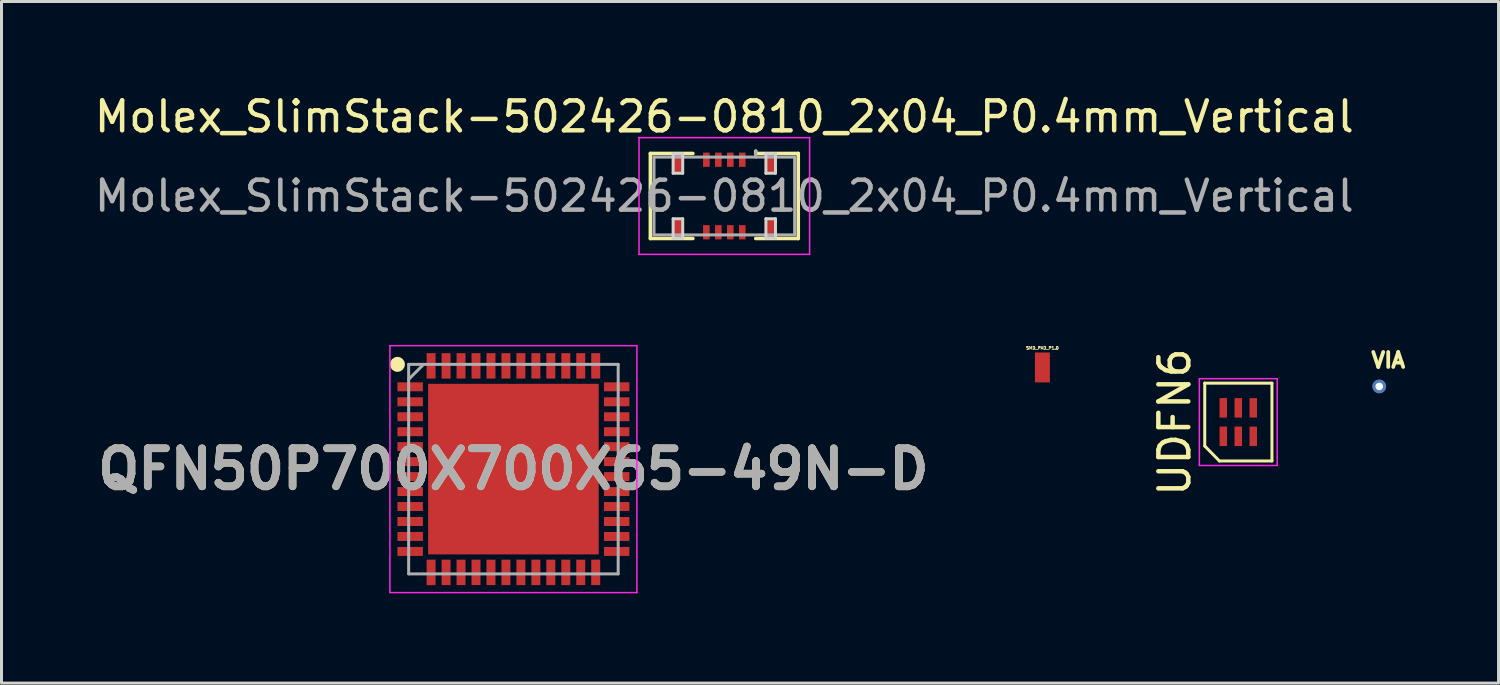
<source format=kicad_pcb>
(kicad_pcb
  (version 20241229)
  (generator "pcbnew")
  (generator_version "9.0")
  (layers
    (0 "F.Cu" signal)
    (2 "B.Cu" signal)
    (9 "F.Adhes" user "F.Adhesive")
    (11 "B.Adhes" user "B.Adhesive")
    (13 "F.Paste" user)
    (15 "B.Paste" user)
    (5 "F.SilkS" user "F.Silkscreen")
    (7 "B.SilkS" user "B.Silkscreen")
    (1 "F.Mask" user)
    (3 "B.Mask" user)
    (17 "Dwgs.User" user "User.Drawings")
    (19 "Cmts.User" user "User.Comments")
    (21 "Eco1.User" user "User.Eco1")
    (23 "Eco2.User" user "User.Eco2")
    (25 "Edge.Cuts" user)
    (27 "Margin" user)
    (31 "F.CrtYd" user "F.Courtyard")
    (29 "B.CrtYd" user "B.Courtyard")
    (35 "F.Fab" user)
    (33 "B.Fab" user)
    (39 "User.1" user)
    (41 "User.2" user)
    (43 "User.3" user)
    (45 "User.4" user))
  (footprint "VIA"
    (layer "F.Cu")
    (at 43.03 9.86)
    (property "Reference" "VIA" (at 0.3 -0.875 0) (layer "F.SilkS") (effects (font (size 0.5 0.5) (thickness 0.125))))
    (attr through_hole)
    (pad "1" thru_hole circle (at 0 0) (size 0.457 0.457) (drill 0.254) (layers "*.Cu")))
  (footprint "SMD_PAD_P1.0"
    (layer "F.Cu")
    (at 31.776 9.226)
    (property "Reference" "SMD_PAD_P1.0" (at 0 -0.65 0) (layer "F.SilkS") (effects (font (size 0.1 0.1) (thickness 0.025))))
    (attr through_hole)
    (pad "1" smd rect (at 0 0) (size 0.5 1) (layers "F.Cu" "F.Mask" "F.Paste")))
  (footprint "UDFN6"
    (layer "F.Cu")
    (at 38.32 11.051)
    (property "Reference" "UDFN6" (at -2.125 0 90) (layer "F.SilkS") (effects (font (size 1 1) (thickness 0.15))))
    (attr smd)
    (fp_line (start -1.12 -1.3) (end 1.125 -1.3) (stroke (width 0.1) (type solid)) (layer "F.SilkS"))
    (fp_line (start -1.12 0.8) (end -1.12 -1.3) (stroke (width 0.1) (type solid)) (layer "F.SilkS"))
    (fp_line (start -0.63 1.3) (end -1.12 0.8) (stroke (width 0.1) (type solid)) (layer "F.SilkS"))
    (fp_line (start 1.125 -1.3) (end 1.125 1.3) (stroke (width 0.1) (type solid)) (layer "F.SilkS"))
    (fp_line (start 1.125 1.3) (end -0.63 1.3) (stroke (width 0.1) (type solid)) (layer "F.SilkS"))
    (fp_line (start -1.3 -1.45) (end 1.3 -1.45) (stroke (width 0.05) (type solid)) (layer "F.CrtYd"))
    (fp_line (start -1.3 1.45) (end -1.3 -1.45) (stroke (width 0.05) (type solid)) (layer "F.CrtYd"))
    (fp_line (start 1.3 -1.45) (end 1.3 1.45) (stroke (width 0.05) (type solid)) (layer "F.CrtYd"))
    (fp_line (start 1.3 1.45) (end -1.3 1.45) (stroke (width 0.05) (type solid)) (layer "F.CrtYd"))
    (pad "1" smd rect (at -0.5 0.475) (size 0.25 0.65) (layers "F.Cu" "F.Mask" "F.Paste"))
    (pad "2" smd rect (at 0 0.475) (size 0.25 0.65) (layers "F.Cu" "F.Mask" "F.Paste"))
    (pad "3" smd rect (at 0.5 0.475) (size 0.25 0.65) (layers "F.Cu" "F.Mask" "F.Paste"))
    (pad "4" smd rect (at 0.5 -0.475) (size 0.25 0.65) (layers "F.Cu" "F.Mask" "F.Paste"))
    (pad "5" smd rect (at 0 -0.475) (size 0.25 0.65) (layers "F.Cu" "F.Mask" "F.Paste"))
    (pad "6" smd rect (at -0.5 -0.475) (size 0.25 0.65) (layers "F.Cu" "F.Mask" "F.Paste")))
  (footprint "QFN50P700X700X65-49N-D"
    (layer "F.Cu")
    (at 14.103 12.623)
    (property "Reference" "QFN50P700X700X65-49N-D" (at 0 0 0) (layer "F.SilkS") (effects (font (size 1.27 1.27) (thickness 0.254))))
    (attr smd)
    (fp_circle (center -3.875 -3.5) (end -3.875 -3.375) (stroke (width 0.25) (type solid)) (fill no) (layer "F.SilkS"))
    (fp_line (start -4.125 -4.125) (end 4.125 -4.125) (stroke (width 0.05) (type solid)) (layer "F.CrtYd"))
    (fp_line (start -4.125 4.125) (end -4.125 -4.125) (stroke (width 0.05) (type solid)) (layer "F.CrtYd"))
    (fp_line (start 4.125 -4.125) (end 4.125 4.125) (stroke (width 0.05) (type solid)) (layer "F.CrtYd"))
    (fp_line (start 4.125 4.125) (end -4.125 4.125) (stroke (width 0.05) (type solid)) (layer "F.CrtYd"))
    (fp_line (start -3.5 -3.5) (end 3.5 -3.5) (stroke (width 0.1) (type solid)) (layer "F.Fab"))
    (fp_line (start -3.5 -3) (end -3 -3.5) (stroke (width 0.1) (type solid)) (layer "F.Fab"))
    (fp_line (start -3.5 3.5) (end -3.5 -3.5) (stroke (width 0.1) (type solid)) (layer "F.Fab"))
    (fp_line (start 3.5 -3.5) (end 3.5 3.5) (stroke (width 0.1) (type solid)) (layer "F.Fab"))
    (fp_line (start 3.5 3.5) (end -3.5 3.5) (stroke (width 0.1) (type solid)) (layer "F.Fab"))
    (fp_text user "${REFERENCE}" (at 0 0 0) (layer "F.Fab") (effects (font (size 1.27 1.27) (thickness 0.254))))
    (pad "1" smd rect (at -3.45 -2.75 90) (size 0.3 0.85) (layers "F.Cu" "F.Mask" "F.Paste"))
    (pad "2" smd rect (at -3.45 -2.25 90) (size 0.3 0.85) (layers "F.Cu" "F.Mask" "F.Paste"))
    (pad "3" smd rect (at -3.45 -1.75 90) (size 0.3 0.85) (layers "F.Cu" "F.Mask" "F.Paste"))
    (pad "4" smd rect (at -3.45 -1.25 90) (size 0.3 0.85) (layers "F.Cu" "F.Mask" "F.Paste"))
    (pad "5" smd rect (at -3.45 -0.75 90) (size 0.3 0.85) (layers "F.Cu" "F.Mask" "F.Paste"))
    (pad "6" smd rect (at -3.45 -0.25 90) (size 0.3 0.85) (layers "F.Cu" "F.Mask" "F.Paste"))
    (pad "7" smd rect (at -3.45 0.25 90) (size 0.3 0.85) (layers "F.Cu" "F.Mask" "F.Paste"))
    (pad "8" smd rect (at -3.45 0.75 90) (size 0.3 0.85) (layers "F.Cu" "F.Mask" "F.Paste"))
    (pad "9" smd rect (at -3.45 1.25 90) (size 0.3 0.85) (layers "F.Cu" "F.Mask" "F.Paste"))
    (pad "10" smd rect (at -3.45 1.75 90) (size 0.3 0.85) (layers "F.Cu" "F.Mask" "F.Paste"))
    (pad "11" smd rect (at -3.45 2.25 90) (size 0.3 0.85) (layers "F.Cu" "F.Mask" "F.Paste"))
    (pad "12" smd rect (at -3.45 2.75 90) (size 0.3 0.85) (layers "F.Cu" "F.Mask" "F.Paste"))
    (pad "13" smd rect (at -2.75 3.45) (size 0.3 0.85) (layers "F.Cu" "F.Mask" "F.Paste"))
    (pad "14" smd rect (at -2.25 3.45) (size 0.3 0.85) (layers "F.Cu" "F.Mask" "F.Paste"))
    (pad "15" smd rect (at -1.75 3.45) (size 0.3 0.85) (layers "F.Cu" "F.Mask" "F.Paste"))
    (pad "16" smd rect (at -1.25 3.45) (size 0.3 0.85) (layers "F.Cu" "F.Mask" "F.Paste"))
    (pad "17" smd rect (at -0.75 3.45) (size 0.3 0.85) (layers "F.Cu" "F.Mask" "F.Paste"))
    (pad "18" smd rect (at -0.25 3.45) (size 0.3 0.85) (layers "F.Cu" "F.Mask" "F.Paste"))
    (pad "19" smd rect (at 0.25 3.45) (size 0.3 0.85) (layers "F.Cu" "F.Mask" "F.Paste"))
    (pad "20" smd rect (at 0.75 3.45) (size 0.3 0.85) (layers "F.Cu" "F.Mask" "F.Paste"))
    (pad "21" smd rect (at 1.25 3.45) (size 0.3 0.85) (layers "F.Cu" "F.Mask" "F.Paste"))
    (pad "22" smd rect (at 1.75 3.45) (size 0.3 0.85) (layers "F.Cu" "F.Mask" "F.Paste"))
    (pad "23" smd rect (at 2.25 3.45) (size 0.3 0.85) (layers "F.Cu" "F.Mask" "F.Paste"))
    (pad "24" smd rect (at 2.75 3.45) (size 0.3 0.85) (layers "F.Cu" "F.Mask" "F.Paste"))
    (pad "25" smd rect (at 3.45 2.75 90) (size 0.3 0.85) (layers "F.Cu" "F.Mask" "F.Paste"))
    (pad "26" smd rect (at 3.45 2.25 90) (size 0.3 0.85) (layers "F.Cu" "F.Mask" "F.Paste"))
    (pad "27" smd rect (at 3.45 1.75 90) (size 0.3 0.85) (layers "F.Cu" "F.Mask" "F.Paste"))
    (pad "28" smd rect (at 3.45 1.25 90) (size 0.3 0.85) (layers "F.Cu" "F.Mask" "F.Paste"))
    (pad "29" smd rect (at 3.45 0.75 90) (size 0.3 0.85) (layers "F.Cu" "F.Mask" "F.Paste"))
    (pad "30" smd rect (at 3.45 0.25 90) (size 0.3 0.85) (layers "F.Cu" "F.Mask" "F.Paste"))
    (pad "31" smd rect (at 3.45 -0.25 90) (size 0.3 0.85) (layers "F.Cu" "F.Mask" "F.Paste"))
    (pad "32" smd rect (at 3.45 -0.75 90) (size 0.3 0.85) (layers "F.Cu" "F.Mask" "F.Paste"))
    (pad "33" smd rect (at 3.45 -1.25 90) (size 0.3 0.85) (layers "F.Cu" "F.Mask" "F.Paste"))
    (pad "34" smd rect (at 3.45 -1.75 90) (size 0.3 0.85) (layers "F.Cu" "F.Mask" "F.Paste"))
    (pad "35" smd rect (at 3.45 -2.25 90) (size 0.3 0.85) (layers "F.Cu" "F.Mask" "F.Paste"))
    (pad "36" smd rect (at 3.45 -2.75 90) (size 0.3 0.85) (layers "F.Cu" "F.Mask" "F.Paste"))
    (pad "37" smd rect (at 2.75 -3.45) (size 0.3 0.85) (layers "F.Cu" "F.Mask" "F.Paste"))
    (pad "38" smd rect (at 2.25 -3.45) (size 0.3 0.85) (layers "F.Cu" "F.Mask" "F.Paste"))
    (pad "39" smd rect (at 1.75 -3.45) (size 0.3 0.85) (layers "F.Cu" "F.Mask" "F.Paste"))
    (pad "40" smd rect (at 1.25 -3.45) (size 0.3 0.85) (layers "F.Cu" "F.Mask" "F.Paste"))
    (pad "41" smd rect (at 0.75 -3.45) (size 0.3 0.85) (layers "F.Cu" "F.Mask" "F.Paste"))
    (pad "42" smd rect (at 0.25 -3.45) (size 0.3 0.85) (layers "F.Cu" "F.Mask" "F.Paste"))
    (pad "43" smd rect (at -0.25 -3.45) (size 0.3 0.85) (layers "F.Cu" "F.Mask" "F.Paste"))
    (pad "44" smd rect (at -0.75 -3.45) (size 0.3 0.85) (layers "F.Cu" "F.Mask" "F.Paste"))
    (pad "45" smd rect (at -1.25 -3.45) (size 0.3 0.85) (layers "F.Cu" "F.Mask" "F.Paste"))
    (pad "46" smd rect (at -1.75 -3.45) (size 0.3 0.85) (layers "F.Cu" "F.Mask" "F.Paste"))
    (pad "47" smd rect (at -2.25 -3.45) (size 0.3 0.85) (layers "F.Cu" "F.Mask" "F.Paste"))
    (pad "48" smd rect (at -2.75 -3.45) (size 0.3 0.85) (layers "F.Cu" "F.Mask" "F.Paste"))
    (pad "49" smd rect (at 0 0) (size 5.7 5.7) (layers "F.Cu" "F.Mask" "F.Paste")))
  (footprint "Molex_SlimStack-502426-0810_2x04_P0.4mm_Vertical"
    (layer "F.Cu")
    (at 21.149 3.498)
    (property "Reference" "Molex_SlimStack-502426-0810_2x04_P0.4mm_Vertical" (at 0 -2.65 0) (layer "F.SilkS") (effects (font (size 1 1) (thickness 0.15))))
    (attr smd)
    (fp_line (start -2.47 -1.42) (end -1.05 -1.42) (stroke (width 0.12) (type solid)) (layer "F.SilkS"))
    (fp_line (start -2.47 1.42) (end -2.47 -1.42) (stroke (width 0.12) (type solid)) (layer "F.SilkS"))
    (fp_line (start -1.05 1.42) (end -2.47 1.42) (stroke (width 0.12) (type solid)) (layer "F.SilkS"))
    (fp_line (start 1.05 -1.42) (end 1.05 -1.5) (stroke (width 0.12) (type solid)) (layer "F.SilkS"))
    (fp_line (start 1.05 1.42) (end 2.47 1.42) (stroke (width 0.12) (type solid)) (layer "F.SilkS"))
    (fp_line (start 2.47 -1.42) (end 1.05 -1.42) (stroke (width 0.12) (type solid)) (layer "F.SilkS"))
    (fp_line (start 2.47 1.42) (end 2.47 -1.42) (stroke (width 0.12) (type solid)) (layer "F.SilkS"))
    (fp_line (start -1.71 -1.41) (end -1.71 -0.76) (stroke (width 0.1) (type solid)) (layer "Edge.Cuts"))
    (fp_line (start -1.71 -0.76) (end -1.39 -0.76) (stroke (width 0.1) (type solid)) (layer "Edge.Cuts"))
    (fp_line (start -1.71 0.76) (end -1.71 1.41) (stroke (width 0.1) (type solid)) (layer "Edge.Cuts"))
    (fp_line (start -1.71 1.41) (end -1.39 1.41) (stroke (width 0.1) (type solid)) (layer "Edge.Cuts"))
    (fp_line (start -1.39 -1.41) (end -1.71 -1.41) (stroke (width 0.1) (type solid)) (layer "Edge.Cuts"))
    (fp_line (start -1.39 -0.76) (end -1.39 -1.41) (stroke (width 0.1) (type solid)) (layer "Edge.Cuts"))
    (fp_line (start -1.39 0.76) (end -1.71 0.76) (stroke (width 0.1) (type solid)) (layer "Edge.Cuts"))
    (fp_line (start -1.39 1.41) (end -1.39 0.76) (stroke (width 0.1) (type solid)) (layer "Edge.Cuts"))
    (fp_line (start 1.39 -1.41) (end 1.39 -0.76) (stroke (width 0.1) (type solid)) (layer "Edge.Cuts"))
    (fp_line (start 1.39 -0.76) (end 1.71 -0.76) (stroke (width 0.1) (type solid)) (layer "Edge.Cuts"))
    (fp_line (start 1.39 0.76) (end 1.39 1.41) (stroke (width 0.1) (type solid)) (layer "Edge.Cuts"))
    (fp_line (start 1.39 1.41) (end 1.71 1.41) (stroke (width 0.1) (type solid)) (layer "Edge.Cuts"))
    (fp_line (start 1.71 -1.41) (end 1.39 -1.41) (stroke (width 0.1) (type solid)) (layer "Edge.Cuts"))
    (fp_line (start 1.71 -0.76) (end 1.71 -1.41) (stroke (width 0.1) (type solid)) (layer "Edge.Cuts"))
    (fp_line (start 1.71 0.76) (end 1.39 0.76) (stroke (width 0.1) (type solid)) (layer "Edge.Cuts"))
    (fp_line (start 1.71 1.41) (end 1.71 0.76) (stroke (width 0.1) (type solid)) (layer "Edge.Cuts"))
    (fp_line (start -2.85 -1.95) (end -2.85 1.95) (stroke (width 0.05) (type solid)) (layer "F.CrtYd"))
    (fp_line (start -2.85 1.95) (end 2.85 1.95) (stroke (width 0.05) (type solid)) (layer "F.CrtYd"))
    (fp_line (start 2.85 -1.95) (end -2.85 -1.95) (stroke (width 0.05) (type solid)) (layer "F.CrtYd"))
    (fp_line (start 2.85 1.95) (end 2.85 -1.95) (stroke (width 0.05) (type solid)) (layer "F.CrtYd"))
    (fp_line (start -2.35 -1.3) (end -2.35 1.3) (stroke (width 0.1) (type solid)) (layer "F.Fab"))
    (fp_line (start -2.35 1.3) (end 2.35 1.3) (stroke (width 0.1) (type solid)) (layer "F.Fab"))
    (fp_line (start 1.05 -1.3) (end 1.05 -1.5) (stroke (width 0.1) (type solid)) (layer "F.Fab"))
    (fp_line (start 2.35 -1.3) (end -2.35 -1.3) (stroke (width 0.1) (type solid)) (layer "F.Fab"))
    (fp_line (start 2.35 1.3) (end 2.35 -1.3) (stroke (width 0.1) (type solid)) (layer "F.Fab"))
    (fp_text user "${REFERENCE}" (at 0 0 0) (layer "F.Fab") (effects (font (size 1 1) (thickness 0.15))))
    (pad "1" smd rect (at 0.6 -1.212) (size 0.22 0.475) (layers "F.Cu" "F.Mask" "F.Paste"))
    (pad "2" smd rect (at 0.6 1.212) (size 0.22 0.475) (layers "F.Cu" "F.Mask" "F.Paste"))
    (pad "3" smd rect (at 0.2 -1.212) (size 0.22 0.475) (layers "F.Cu" "F.Mask" "F.Paste"))
    (pad "4" smd rect (at 0.2 1.212) (size 0.22 0.475) (layers "F.Cu" "F.Mask" "F.Paste"))
    (pad "5" smd rect (at -0.2 -1.212) (size 0.22 0.475) (layers "F.Cu" "F.Mask" "F.Paste"))
    (pad "6" smd rect (at -0.2 1.212) (size 0.22 0.475) (layers "F.Cu" "F.Mask" "F.Paste"))
    (pad "7" smd rect (at -0.6 -1.212) (size 0.22 0.475) (layers "F.Cu" "F.Mask" "F.Paste"))
    (pad "8" smd rect (at -0.6 1.212) (size 0.22 0.475) (layers "F.Cu" "F.Mask" "F.Paste"))
    (pad "9" connect rect (at -1.55 -1.125) (size 0.32 0.65) (layers "F.Cu" "F.Mask"))
    (pad "9" connect rect (at -1.55 1.125) (size 0.32 0.65) (layers "F.Cu" "F.Mask"))
    (pad "9" connect rect (at 1.55 -1.125) (size 0.32 0.65) (layers "F.Cu" "F.Mask"))
    (pad "9" connect rect (at 1.55 1.125) (size 0.32 0.65) (layers "F.Cu" "F.Mask")))
  (gr_rect
    (start -3 -3)
    (end 47.015 19.773)
    (stroke (width 0.1) (type default))
    (fill no)
    (layer "Edge.Cuts")))
</source>
